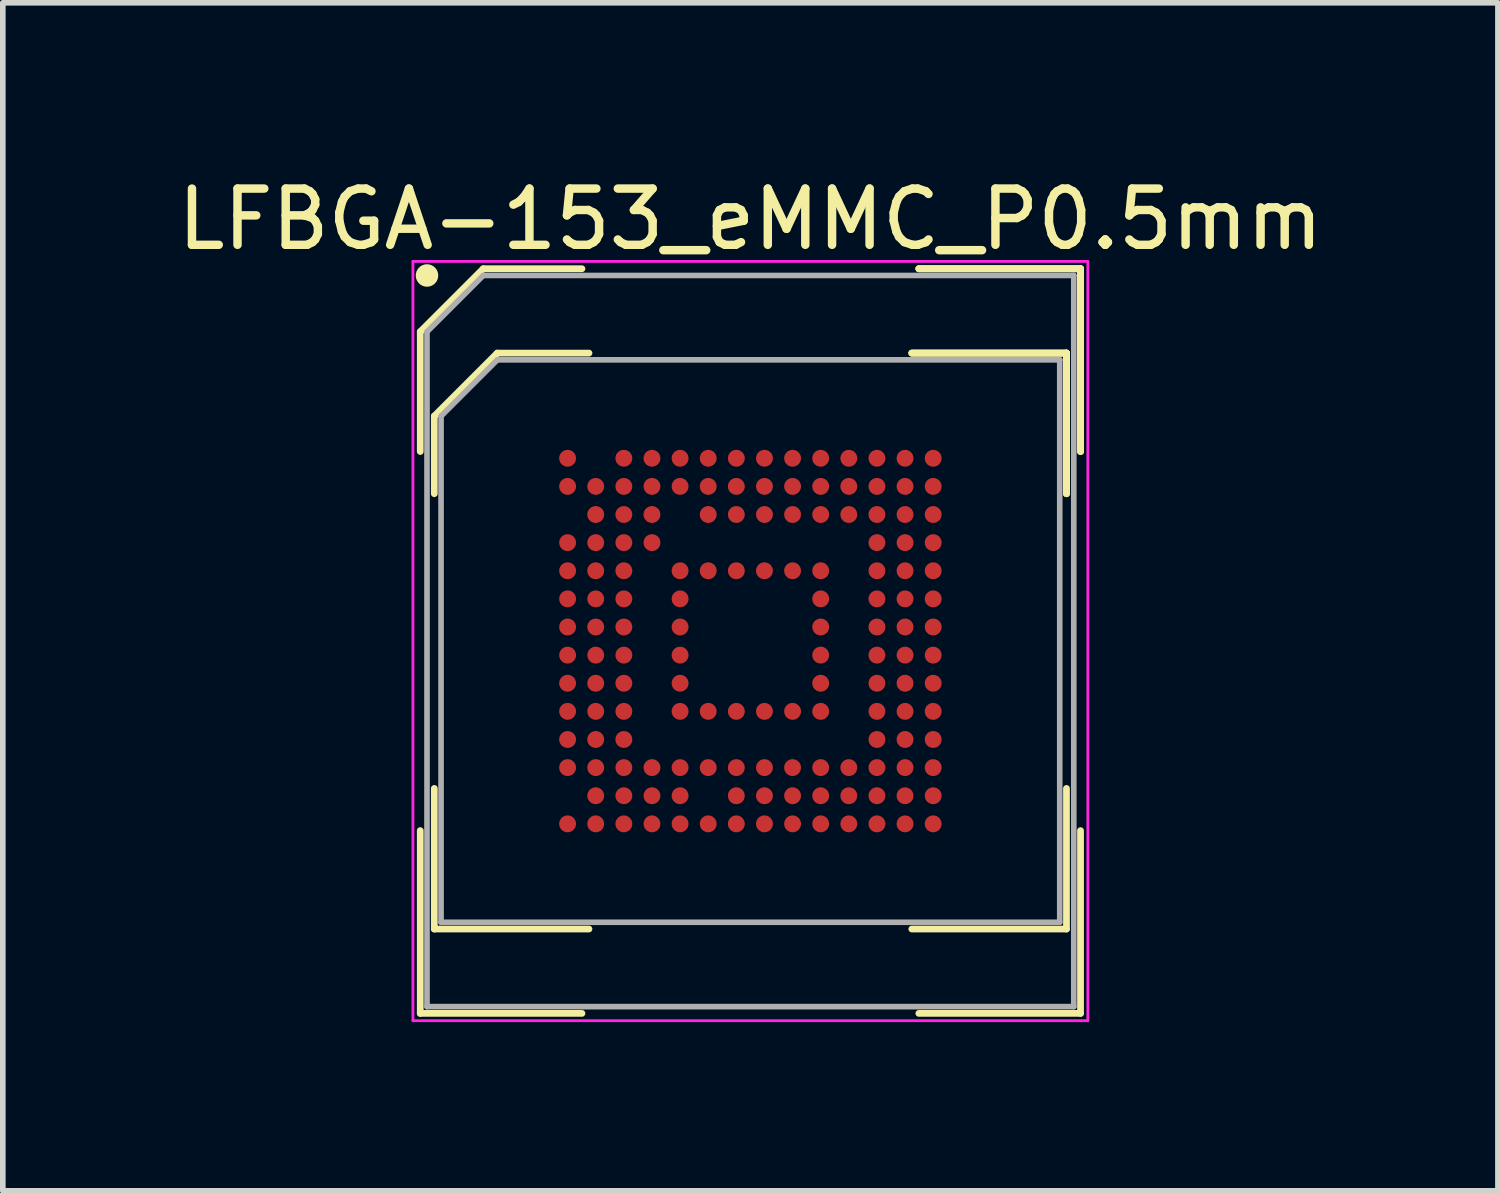
<source format=kicad_pcb>
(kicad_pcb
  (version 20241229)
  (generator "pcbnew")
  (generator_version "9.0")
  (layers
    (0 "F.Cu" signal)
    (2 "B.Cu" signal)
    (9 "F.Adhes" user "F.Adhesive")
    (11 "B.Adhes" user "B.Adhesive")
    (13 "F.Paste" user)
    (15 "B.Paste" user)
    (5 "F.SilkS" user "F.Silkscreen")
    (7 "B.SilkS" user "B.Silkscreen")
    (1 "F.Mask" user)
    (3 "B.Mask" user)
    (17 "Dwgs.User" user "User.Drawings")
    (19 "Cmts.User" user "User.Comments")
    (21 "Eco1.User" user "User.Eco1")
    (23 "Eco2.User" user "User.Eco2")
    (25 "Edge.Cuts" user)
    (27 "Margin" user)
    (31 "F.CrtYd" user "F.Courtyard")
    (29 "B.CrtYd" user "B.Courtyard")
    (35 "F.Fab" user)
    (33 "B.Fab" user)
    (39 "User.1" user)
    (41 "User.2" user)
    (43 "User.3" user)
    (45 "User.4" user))
  (footprint "LFBGA-153_eMMC_P0.5mm"
    (layer "F.Cu")
    (at 10.292 8.348)
    (property "Reference" "LFBGA-153_eMMC_P0.5mm" (at 0 -7.5 0) (layer "F.SilkS") (effects (font (size 1 1) (thickness 0.15))))
    (attr smd)
    (fp_line (start -5.87 -5.5) (end -5.87 -3.37) (stroke (width 0.12) (type solid)) (layer "F.SilkS"))
    (fp_line (start -5.87 6.62) (end -5.87 3.37) (stroke (width 0.12) (type solid)) (layer "F.SilkS"))
    (fp_line (start -5.62 -4) (end -5.62 -2.62) (stroke (width 0.12) (type solid)) (layer "F.SilkS"))
    (fp_line (start -5.62 5.12) (end -5.62 2.62) (stroke (width 0.12) (type solid)) (layer "F.SilkS"))
    (fp_line (start -4.75 -6.62) (end -5.87 -5.5) (stroke (width 0.12) (type solid)) (layer "F.SilkS"))
    (fp_line (start -4.5 -5.12) (end -5.62 -4) (stroke (width 0.12) (type solid)) (layer "F.SilkS"))
    (fp_line (start -2.995 -6.62) (end -4.75 -6.62) (stroke (width 0.12) (type solid)) (layer "F.SilkS"))
    (fp_line (start -2.995 6.62) (end -5.87 6.62) (stroke (width 0.12) (type solid)) (layer "F.SilkS"))
    (fp_line (start -2.87 -5.12) (end -4.5 -5.12) (stroke (width 0.12) (type solid)) (layer "F.SilkS"))
    (fp_line (start -2.87 5.12) (end -5.62 5.12) (stroke (width 0.12) (type solid)) (layer "F.SilkS"))
    (fp_line (start 2.87 -5.12) (end 5.62 -5.12) (stroke (width 0.12) (type solid)) (layer "F.SilkS"))
    (fp_line (start 2.87 -5.12) (end 5.62 -5.12) (stroke (width 0.12) (type solid)) (layer "F.SilkS"))
    (fp_line (start 2.87 -5.12) (end 5.62 -5.12) (stroke (width 0.12) (type solid)) (layer "F.SilkS"))
    (fp_line (start 2.87 5.12) (end 5.62 5.12) (stroke (width 0.12) (type solid)) (layer "F.SilkS"))
    (fp_line (start 2.995 -6.62) (end 5.87 -6.62) (stroke (width 0.12) (type solid)) (layer "F.SilkS"))
    (fp_line (start 2.995 -6.62) (end 5.87 -6.62) (stroke (width 0.12) (type solid)) (layer "F.SilkS"))
    (fp_line (start 2.995 -6.62) (end 5.87 -6.62) (stroke (width 0.12) (type solid)) (layer "F.SilkS"))
    (fp_line (start 2.995 6.62) (end 5.87 6.62) (stroke (width 0.12) (type solid)) (layer "F.SilkS"))
    (fp_line (start 5.62 -5.12) (end 5.62 -2.62) (stroke (width 0.12) (type solid)) (layer "F.SilkS"))
    (fp_line (start 5.62 -5.12) (end 5.62 -2.62) (stroke (width 0.12) (type solid)) (layer "F.SilkS"))
    (fp_line (start 5.62 -5.12) (end 5.62 -2.62) (stroke (width 0.12) (type solid)) (layer "F.SilkS"))
    (fp_line (start 5.62 5.12) (end 5.62 2.62) (stroke (width 0.12) (type solid)) (layer "F.SilkS"))
    (fp_line (start 5.87 -6.62) (end 5.87 -3.37) (stroke (width 0.12) (type solid)) (layer "F.SilkS"))
    (fp_line (start 5.87 -6.62) (end 5.87 -3.37) (stroke (width 0.12) (type solid)) (layer "F.SilkS"))
    (fp_line (start 5.87 -6.62) (end 5.87 -3.37) (stroke (width 0.12) (type solid)) (layer "F.SilkS"))
    (fp_line (start 5.87 6.62) (end 5.87 3.37) (stroke (width 0.12) (type solid)) (layer "F.SilkS"))
    (fp_circle (center -5.75 -6.5) (end -5.75 -6.4) (stroke (width 0.2) (type solid)) (fill no) (layer "F.SilkS"))
    (fp_line (start -6 -6.75) (end 6 -6.75) (stroke (width 0.05) (type solid)) (layer "F.CrtYd"))
    (fp_line (start -6 6.75) (end -6 -6.75) (stroke (width 0.05) (type solid)) (layer "F.CrtYd"))
    (fp_line (start 6 -6.75) (end 6 6.75) (stroke (width 0.05) (type solid)) (layer "F.CrtYd"))
    (fp_line (start 6 6.75) (end -6 6.75) (stroke (width 0.05) (type solid)) (layer "F.CrtYd"))
    (fp_line (start -5.75 -5.5) (end -5.75 6.5) (stroke (width 0.1) (type solid)) (layer "F.Fab"))
    (fp_line (start -5.75 6.5) (end 5.75 6.5) (stroke (width 0.1) (type solid)) (layer "F.Fab"))
    (fp_line (start -5.5 -4) (end -5.5 5) (stroke (width 0.1) (type solid)) (layer "F.Fab"))
    (fp_line (start -5.5 5) (end 5.5 5) (stroke (width 0.1) (type solid)) (layer "F.Fab"))
    (fp_line (start -4.75 -6.5) (end -5.75 -5.5) (stroke (width 0.1) (type solid)) (layer "F.Fab"))
    (fp_line (start -4.5 -5) (end -5.5 -4) (stroke (width 0.1) (type solid)) (layer "F.Fab"))
    (fp_line (start 5.5 -5) (end -4.5 -5) (stroke (width 0.1) (type solid)) (layer "F.Fab"))
    (fp_line (start 5.5 5) (end 5.5 -5) (stroke (width 0.1) (type solid)) (layer "F.Fab"))
    (fp_line (start 5.75 -6.5) (end -4.75 -6.5) (stroke (width 0.1) (type solid)) (layer "F.Fab"))
    (fp_line (start 5.75 6.5) (end 5.75 -6.5) (stroke (width 0.1) (type solid)) (layer "F.Fab"))
    (pad "A1" smd circle (at -3.25 -3.25) (size 0.3 0.3) (layers "F.Cu" "F.Mask" "F.Paste"))
    (pad "A3" smd circle (at -2.25 -3.25) (size 0.3 0.3) (layers "F.Cu" "F.Mask" "F.Paste"))
    (pad "A4" smd circle (at -1.75 -3.25) (size 0.3 0.3) (layers "F.Cu" "F.Mask" "F.Paste"))
    (pad "A5" smd circle (at -1.25 -3.25) (size 0.3 0.3) (layers "F.Cu" "F.Mask" "F.Paste"))
    (pad "A6" smd circle (at -0.75 -3.25) (size 0.3 0.3) (layers "F.Cu" "F.Mask" "F.Paste"))
    (pad "A7" smd circle (at -0.25 -3.25) (size 0.3 0.3) (layers "F.Cu" "F.Mask" "F.Paste"))
    (pad "A8" smd circle (at 0.25 -3.25) (size 0.3 0.3) (layers "F.Cu" "F.Mask" "F.Paste"))
    (pad "A9" smd circle (at 0.75 -3.25) (size 0.3 0.3) (layers "F.Cu" "F.Mask" "F.Paste"))
    (pad "A10" smd circle (at 1.25 -3.25) (size 0.3 0.3) (layers "F.Cu" "F.Mask" "F.Paste"))
    (pad "A11" smd circle (at 1.75 -3.25) (size 0.3 0.3) (layers "F.Cu" "F.Mask" "F.Paste"))
    (pad "A12" smd circle (at 2.25 -3.25) (size 0.3 0.3) (layers "F.Cu" "F.Mask" "F.Paste"))
    (pad "A13" smd circle (at 2.75 -3.25) (size 0.3 0.3) (layers "F.Cu" "F.Mask" "F.Paste"))
    (pad "A14" smd circle (at 3.25 -3.25) (size 0.3 0.3) (layers "F.Cu" "F.Mask" "F.Paste"))
    (pad "B1" smd circle (at -3.25 -2.75) (size 0.3 0.3) (layers "F.Cu" "F.Mask" "F.Paste"))
    (pad "B2" smd circle (at -2.75 -2.75) (size 0.3 0.3) (layers "F.Cu" "F.Mask" "F.Paste"))
    (pad "B3" smd circle (at -2.25 -2.75) (size 0.3 0.3) (layers "F.Cu" "F.Mask" "F.Paste"))
    (pad "B4" smd circle (at -1.75 -2.75) (size 0.3 0.3) (layers "F.Cu" "F.Mask" "F.Paste"))
    (pad "B5" smd circle (at -1.25 -2.75) (size 0.3 0.3) (layers "F.Cu" "F.Mask" "F.Paste"))
    (pad "B6" smd circle (at -0.75 -2.75) (size 0.3 0.3) (layers "F.Cu" "F.Mask" "F.Paste"))
    (pad "B7" smd circle (at -0.25 -2.75) (size 0.3 0.3) (layers "F.Cu" "F.Mask" "F.Paste"))
    (pad "B8" smd circle (at 0.25 -2.75) (size 0.3 0.3) (layers "F.Cu" "F.Mask" "F.Paste"))
    (pad "B9" smd circle (at 0.75 -2.75) (size 0.3 0.3) (layers "F.Cu" "F.Mask" "F.Paste"))
    (pad "B10" smd circle (at 1.25 -2.75) (size 0.3 0.3) (layers "F.Cu" "F.Mask" "F.Paste"))
    (pad "B11" smd circle (at 1.75 -2.75) (size 0.3 0.3) (layers "F.Cu" "F.Mask" "F.Paste"))
    (pad "B12" smd circle (at 2.25 -2.75) (size 0.3 0.3) (layers "F.Cu" "F.Mask" "F.Paste"))
    (pad "B13" smd circle (at 2.75 -2.75) (size 0.3 0.3) (layers "F.Cu" "F.Mask" "F.Paste"))
    (pad "B14" smd circle (at 3.25 -2.75) (size 0.3 0.3) (layers "F.Cu" "F.Mask" "F.Paste"))
    (pad "C2" smd circle (at -2.75 -2.25) (size 0.3 0.3) (layers "F.Cu" "F.Mask" "F.Paste"))
    (pad "C3" smd circle (at -2.25 -2.25) (size 0.3 0.3) (layers "F.Cu" "F.Mask" "F.Paste"))
    (pad "C4" smd circle (at -1.75 -2.25) (size 0.3 0.3) (layers "F.Cu" "F.Mask" "F.Paste"))
    (pad "C6" smd circle (at -0.75 -2.25) (size 0.3 0.3) (layers "F.Cu" "F.Mask" "F.Paste"))
    (pad "C7" smd circle (at -0.25 -2.25) (size 0.3 0.3) (layers "F.Cu" "F.Mask" "F.Paste"))
    (pad "C8" smd circle (at 0.25 -2.25) (size 0.3 0.3) (layers "F.Cu" "F.Mask" "F.Paste"))
    (pad "C9" smd circle (at 0.75 -2.25) (size 0.3 0.3) (layers "F.Cu" "F.Mask" "F.Paste"))
    (pad "C10" smd circle (at 1.25 -2.25) (size 0.3 0.3) (layers "F.Cu" "F.Mask" "F.Paste"))
    (pad "C11" smd circle (at 1.75 -2.25) (size 0.3 0.3) (layers "F.Cu" "F.Mask" "F.Paste"))
    (pad "C12" smd circle (at 2.25 -2.25) (size 0.3 0.3) (layers "F.Cu" "F.Mask" "F.Paste"))
    (pad "C13" smd circle (at 2.75 -2.25) (size 0.3 0.3) (layers "F.Cu" "F.Mask" "F.Paste"))
    (pad "C14" smd circle (at 3.25 -2.25) (size 0.3 0.3) (layers "F.Cu" "F.Mask" "F.Paste"))
    (pad "D1" smd circle (at -3.25 -1.75) (size 0.3 0.3) (layers "F.Cu" "F.Mask" "F.Paste"))
    (pad "D2" smd circle (at -2.75 -1.75) (size 0.3 0.3) (layers "F.Cu" "F.Mask" "F.Paste"))
    (pad "D3" smd circle (at -2.25 -1.75) (size 0.3 0.3) (layers "F.Cu" "F.Mask" "F.Paste"))
    (pad "D4" smd circle (at -1.75 -1.75) (size 0.3 0.3) (layers "F.Cu" "F.Mask" "F.Paste"))
    (pad "D12" smd circle (at 2.25 -1.75) (size 0.3 0.3) (layers "F.Cu" "F.Mask" "F.Paste"))
    (pad "D13" smd circle (at 2.75 -1.75) (size 0.3 0.3) (layers "F.Cu" "F.Mask" "F.Paste"))
    (pad "D14" smd circle (at 3.25 -1.75) (size 0.3 0.3) (layers "F.Cu" "F.Mask" "F.Paste"))
    (pad "E1" smd circle (at -3.25 -1.25) (size 0.3 0.3) (layers "F.Cu" "F.Mask" "F.Paste"))
    (pad "E2" smd circle (at -2.75 -1.25) (size 0.3 0.3) (layers "F.Cu" "F.Mask" "F.Paste"))
    (pad "E3" smd circle (at -2.25 -1.25) (size 0.3 0.3) (layers "F.Cu" "F.Mask" "F.Paste"))
    (pad "E5" smd circle (at -1.25 -1.25) (size 0.3 0.3) (layers "F.Cu" "F.Mask" "F.Paste"))
    (pad "E6" smd circle (at -0.75 -1.25) (size 0.3 0.3) (layers "F.Cu" "F.Mask" "F.Paste"))
    (pad "E7" smd circle (at -0.25 -1.25) (size 0.3 0.3) (layers "F.Cu" "F.Mask" "F.Paste"))
    (pad "E8" smd circle (at 0.25 -1.25) (size 0.3 0.3) (layers "F.Cu" "F.Mask" "F.Paste"))
    (pad "E9" smd circle (at 0.75 -1.25) (size 0.3 0.3) (layers "F.Cu" "F.Mask" "F.Paste"))
    (pad "E10" smd circle (at 1.25 -1.25) (size 0.3 0.3) (layers "F.Cu" "F.Mask" "F.Paste"))
    (pad "E12" smd circle (at 2.25 -1.25) (size 0.3 0.3) (layers "F.Cu" "F.Mask" "F.Paste"))
    (pad "E13" smd circle (at 2.75 -1.25) (size 0.3 0.3) (layers "F.Cu" "F.Mask" "F.Paste"))
    (pad "E14" smd circle (at 3.25 -1.25) (size 0.3 0.3) (layers "F.Cu" "F.Mask" "F.Paste"))
    (pad "F1" smd circle (at -3.25 -0.75) (size 0.3 0.3) (layers "F.Cu" "F.Mask" "F.Paste"))
    (pad "F2" smd circle (at -2.75 -0.75) (size 0.3 0.3) (layers "F.Cu" "F.Mask" "F.Paste"))
    (pad "F3" smd circle (at -2.25 -0.75) (size 0.3 0.3) (layers "F.Cu" "F.Mask" "F.Paste"))
    (pad "F5" smd circle (at -1.25 -0.75) (size 0.3 0.3) (layers "F.Cu" "F.Mask" "F.Paste"))
    (pad "F10" smd circle (at 1.25 -0.75) (size 0.3 0.3) (layers "F.Cu" "F.Mask" "F.Paste"))
    (pad "F12" smd circle (at 2.25 -0.75) (size 0.3 0.3) (layers "F.Cu" "F.Mask" "F.Paste"))
    (pad "F13" smd circle (at 2.75 -0.75) (size 0.3 0.3) (layers "F.Cu" "F.Mask" "F.Paste"))
    (pad "F14" smd circle (at 3.25 -0.75) (size 0.3 0.3) (layers "F.Cu" "F.Mask" "F.Paste"))
    (pad "G1" smd circle (at -3.25 -0.25) (size 0.3 0.3) (layers "F.Cu" "F.Mask" "F.Paste"))
    (pad "G2" smd circle (at -2.75 -0.25) (size 0.3 0.3) (layers "F.Cu" "F.Mask" "F.Paste"))
    (pad "G3" smd circle (at -2.25 -0.25) (size 0.3 0.3) (layers "F.Cu" "F.Mask" "F.Paste"))
    (pad "G5" smd circle (at -1.25 -0.25) (size 0.3 0.3) (layers "F.Cu" "F.Mask" "F.Paste"))
    (pad "G10" smd circle (at 1.25 -0.25) (size 0.3 0.3) (layers "F.Cu" "F.Mask" "F.Paste"))
    (pad "G12" smd circle (at 2.25 -0.25) (size 0.3 0.3) (layers "F.Cu" "F.Mask" "F.Paste"))
    (pad "G13" smd circle (at 2.75 -0.25) (size 0.3 0.3) (layers "F.Cu" "F.Mask" "F.Paste"))
    (pad "G14" smd circle (at 3.25 -0.25) (size 0.3 0.3) (layers "F.Cu" "F.Mask" "F.Paste"))
    (pad "H1" smd circle (at -3.25 0.25) (size 0.3 0.3) (layers "F.Cu" "F.Mask" "F.Paste"))
    (pad "H2" smd circle (at -2.75 0.25) (size 0.3 0.3) (layers "F.Cu" "F.Mask" "F.Paste"))
    (pad "H3" smd circle (at -2.25 0.25) (size 0.3 0.3) (layers "F.Cu" "F.Mask" "F.Paste"))
    (pad "H5" smd circle (at -1.25 0.25) (size 0.3 0.3) (layers "F.Cu" "F.Mask" "F.Paste"))
    (pad "H10" smd circle (at 1.25 0.25) (size 0.3 0.3) (layers "F.Cu" "F.Mask" "F.Paste"))
    (pad "H12" smd circle (at 2.25 0.25) (size 0.3 0.3) (layers "F.Cu" "F.Mask" "F.Paste"))
    (pad "H13" smd circle (at 2.75 0.25) (size 0.3 0.3) (layers "F.Cu" "F.Mask" "F.Paste"))
    (pad "H14" smd circle (at 3.25 0.25) (size 0.3 0.3) (layers "F.Cu" "F.Mask" "F.Paste"))
    (pad "J1" smd circle (at -3.25 0.75) (size 0.3 0.3) (layers "F.Cu" "F.Mask" "F.Paste"))
    (pad "J2" smd circle (at -2.75 0.75) (size 0.3 0.3) (layers "F.Cu" "F.Mask" "F.Paste"))
    (pad "J3" smd circle (at -2.25 0.75) (size 0.3 0.3) (layers "F.Cu" "F.Mask" "F.Paste"))
    (pad "J5" smd circle (at -1.25 0.75) (size 0.3 0.3) (layers "F.Cu" "F.Mask" "F.Paste"))
    (pad "J10" smd circle (at 1.25 0.75) (size 0.3 0.3) (layers "F.Cu" "F.Mask" "F.Paste"))
    (pad "J12" smd circle (at 2.25 0.75) (size 0.3 0.3) (layers "F.Cu" "F.Mask" "F.Paste"))
    (pad "J13" smd circle (at 2.75 0.75) (size 0.3 0.3) (layers "F.Cu" "F.Mask" "F.Paste"))
    (pad "J14" smd circle (at 3.25 0.75) (size 0.3 0.3) (layers "F.Cu" "F.Mask" "F.Paste"))
    (pad "K1" smd circle (at -3.25 1.25) (size 0.3 0.3) (layers "F.Cu" "F.Mask" "F.Paste"))
    (pad "K2" smd circle (at -2.75 1.25) (size 0.3 0.3) (layers "F.Cu" "F.Mask" "F.Paste"))
    (pad "K3" smd circle (at -2.25 1.25) (size 0.3 0.3) (layers "F.Cu" "F.Mask" "F.Paste"))
    (pad "K5" smd circle (at -1.25 1.25) (size 0.3 0.3) (layers "F.Cu" "F.Mask" "F.Paste"))
    (pad "K6" smd circle (at -0.75 1.25) (size 0.3 0.3) (layers "F.Cu" "F.Mask" "F.Paste"))
    (pad "K7" smd circle (at -0.25 1.25) (size 0.3 0.3) (layers "F.Cu" "F.Mask" "F.Paste"))
    (pad "K8" smd circle (at 0.25 1.25) (size 0.3 0.3) (layers "F.Cu" "F.Mask" "F.Paste"))
    (pad "K9" smd circle (at 0.75 1.25) (size 0.3 0.3) (layers "F.Cu" "F.Mask" "F.Paste"))
    (pad "K10" smd circle (at 1.25 1.25) (size 0.3 0.3) (layers "F.Cu" "F.Mask" "F.Paste"))
    (pad "K12" smd circle (at 2.25 1.25) (size 0.3 0.3) (layers "F.Cu" "F.Mask" "F.Paste"))
    (pad "K13" smd circle (at 2.75 1.25) (size 0.3 0.3) (layers "F.Cu" "F.Mask" "F.Paste"))
    (pad "K14" smd circle (at 3.25 1.25) (size 0.3 0.3) (layers "F.Cu" "F.Mask" "F.Paste"))
    (pad "L1" smd circle (at -3.25 1.75) (size 0.3 0.3) (layers "F.Cu" "F.Mask" "F.Paste"))
    (pad "L2" smd circle (at -2.75 1.75) (size 0.3 0.3) (layers "F.Cu" "F.Mask" "F.Paste"))
    (pad "L3" smd circle (at -2.25 1.75) (size 0.3 0.3) (layers "F.Cu" "F.Mask" "F.Paste"))
    (pad "L12" smd circle (at 2.25 1.75) (size 0.3 0.3) (layers "F.Cu" "F.Mask" "F.Paste"))
    (pad "L13" smd circle (at 2.75 1.75) (size 0.3 0.3) (layers "F.Cu" "F.Mask" "F.Paste"))
    (pad "L14" smd circle (at 3.25 1.75) (size 0.3 0.3) (layers "F.Cu" "F.Mask" "F.Paste"))
    (pad "M1" smd circle (at -3.25 2.25) (size 0.3 0.3) (layers "F.Cu" "F.Mask" "F.Paste"))
    (pad "M2" smd circle (at -2.75 2.25) (size 0.3 0.3) (layers "F.Cu" "F.Mask" "F.Paste"))
    (pad "M3" smd circle (at -2.25 2.25) (size 0.3 0.3) (layers "F.Cu" "F.Mask" "F.Paste"))
    (pad "M4" smd circle (at -1.75 2.25) (size 0.3 0.3) (layers "F.Cu" "F.Mask" "F.Paste"))
    (pad "M5" smd circle (at -1.25 2.25) (size 0.3 0.3) (layers "F.Cu" "F.Mask" "F.Paste"))
    (pad "M6" smd circle (at -0.75 2.25) (size 0.3 0.3) (layers "F.Cu" "F.Mask" "F.Paste"))
    (pad "M7" smd circle (at -0.25 2.25) (size 0.3 0.3) (layers "F.Cu" "F.Mask" "F.Paste"))
    (pad "M8" smd circle (at 0.25 2.25) (size 0.3 0.3) (layers "F.Cu" "F.Mask" "F.Paste"))
    (pad "M9" smd circle (at 0.75 2.25) (size 0.3 0.3) (layers "F.Cu" "F.Mask" "F.Paste"))
    (pad "M10" smd circle (at 1.25 2.25) (size 0.3 0.3) (layers "F.Cu" "F.Mask" "F.Paste"))
    (pad "M11" smd circle (at 1.75 2.25) (size 0.3 0.3) (layers "F.Cu" "F.Mask" "F.Paste"))
    (pad "M12" smd circle (at 2.25 2.25) (size 0.3 0.3) (layers "F.Cu" "F.Mask" "F.Paste"))
    (pad "M13" smd circle (at 2.75 2.25) (size 0.3 0.3) (layers "F.Cu" "F.Mask" "F.Paste"))
    (pad "M14" smd circle (at 3.25 2.25) (size 0.3 0.3) (layers "F.Cu" "F.Mask" "F.Paste"))
    (pad "N2" smd circle (at -2.75 2.75) (size 0.3 0.3) (layers "F.Cu" "F.Mask" "F.Paste"))
    (pad "N3" smd circle (at -2.25 2.75) (size 0.3 0.3) (layers "F.Cu" "F.Mask" "F.Paste"))
    (pad "N4" smd circle (at -1.75 2.75) (size 0.3 0.3) (layers "F.Cu" "F.Mask" "F.Paste"))
    (pad "N5" smd circle (at -1.25 2.75) (size 0.3 0.3) (layers "F.Cu" "F.Mask" "F.Paste"))
    (pad "N7" smd circle (at -0.25 2.75) (size 0.3 0.3) (layers "F.Cu" "F.Mask" "F.Paste"))
    (pad "N8" smd circle (at 0.25 2.75) (size 0.3 0.3) (layers "F.Cu" "F.Mask" "F.Paste"))
    (pad "N9" smd circle (at 0.75 2.75) (size 0.3 0.3) (layers "F.Cu" "F.Mask" "F.Paste"))
    (pad "N10" smd circle (at 1.25 2.75) (size 0.3 0.3) (layers "F.Cu" "F.Mask" "F.Paste"))
    (pad "N11" smd circle (at 1.75 2.75) (size 0.3 0.3) (layers "F.Cu" "F.Mask" "F.Paste"))
    (pad "N12" smd circle (at 2.25 2.75) (size 0.3 0.3) (layers "F.Cu" "F.Mask" "F.Paste"))
    (pad "N13" smd circle (at 2.75 2.75) (size 0.3 0.3) (layers "F.Cu" "F.Mask" "F.Paste"))
    (pad "N14" smd circle (at 3.25 2.75) (size 0.3 0.3) (layers "F.Cu" "F.Mask" "F.Paste"))
    (pad "P1" smd circle (at -3.25 3.25) (size 0.3 0.3) (layers "F.Cu" "F.Mask" "F.Paste"))
    (pad "P2" smd circle (at -2.75 3.25) (size 0.3 0.3) (layers "F.Cu" "F.Mask" "F.Paste"))
    (pad "P3" smd circle (at -2.25 3.25) (size 0.3 0.3) (layers "F.Cu" "F.Mask" "F.Paste"))
    (pad "P4" smd circle (at -1.75 3.25) (size 0.3 0.3) (layers "F.Cu" "F.Mask" "F.Paste"))
    (pad "P5" smd circle (at -1.25 3.25) (size 0.3 0.3) (layers "F.Cu" "F.Mask" "F.Paste"))
    (pad "P6" smd circle (at -0.75 3.25) (size 0.3 0.3) (layers "F.Cu" "F.Mask" "F.Paste"))
    (pad "P7" smd circle (at -0.25 3.25) (size 0.3 0.3) (layers "F.Cu" "F.Mask" "F.Paste"))
    (pad "P8" smd circle (at 0.25 3.25) (size 0.3 0.3) (layers "F.Cu" "F.Mask" "F.Paste"))
    (pad "P9" smd circle (at 0.75 3.25) (size 0.3 0.3) (layers "F.Cu" "F.Mask" "F.Paste"))
    (pad "P10" smd circle (at 1.25 3.25) (size 0.3 0.3) (layers "F.Cu" "F.Mask" "F.Paste"))
    (pad "P11" smd circle (at 1.75 3.25) (size 0.3 0.3) (layers "F.Cu" "F.Mask" "F.Paste"))
    (pad "P12" smd circle (at 2.25 3.25) (size 0.3 0.3) (layers "F.Cu" "F.Mask" "F.Paste"))
    (pad "P13" smd circle (at 2.75 3.25) (size 0.3 0.3) (layers "F.Cu" "F.Mask" "F.Paste"))
    (pad "P14" smd circle (at 3.25 3.25) (size 0.3 0.3) (layers "F.Cu" "F.Mask" "F.Paste")))
  (gr_rect
    (start -3 -3)
    (end 23.583 18.123)
    (stroke (width 0.1) (type default))
    (fill no)
    (layer "Edge.Cuts")))
</source>
